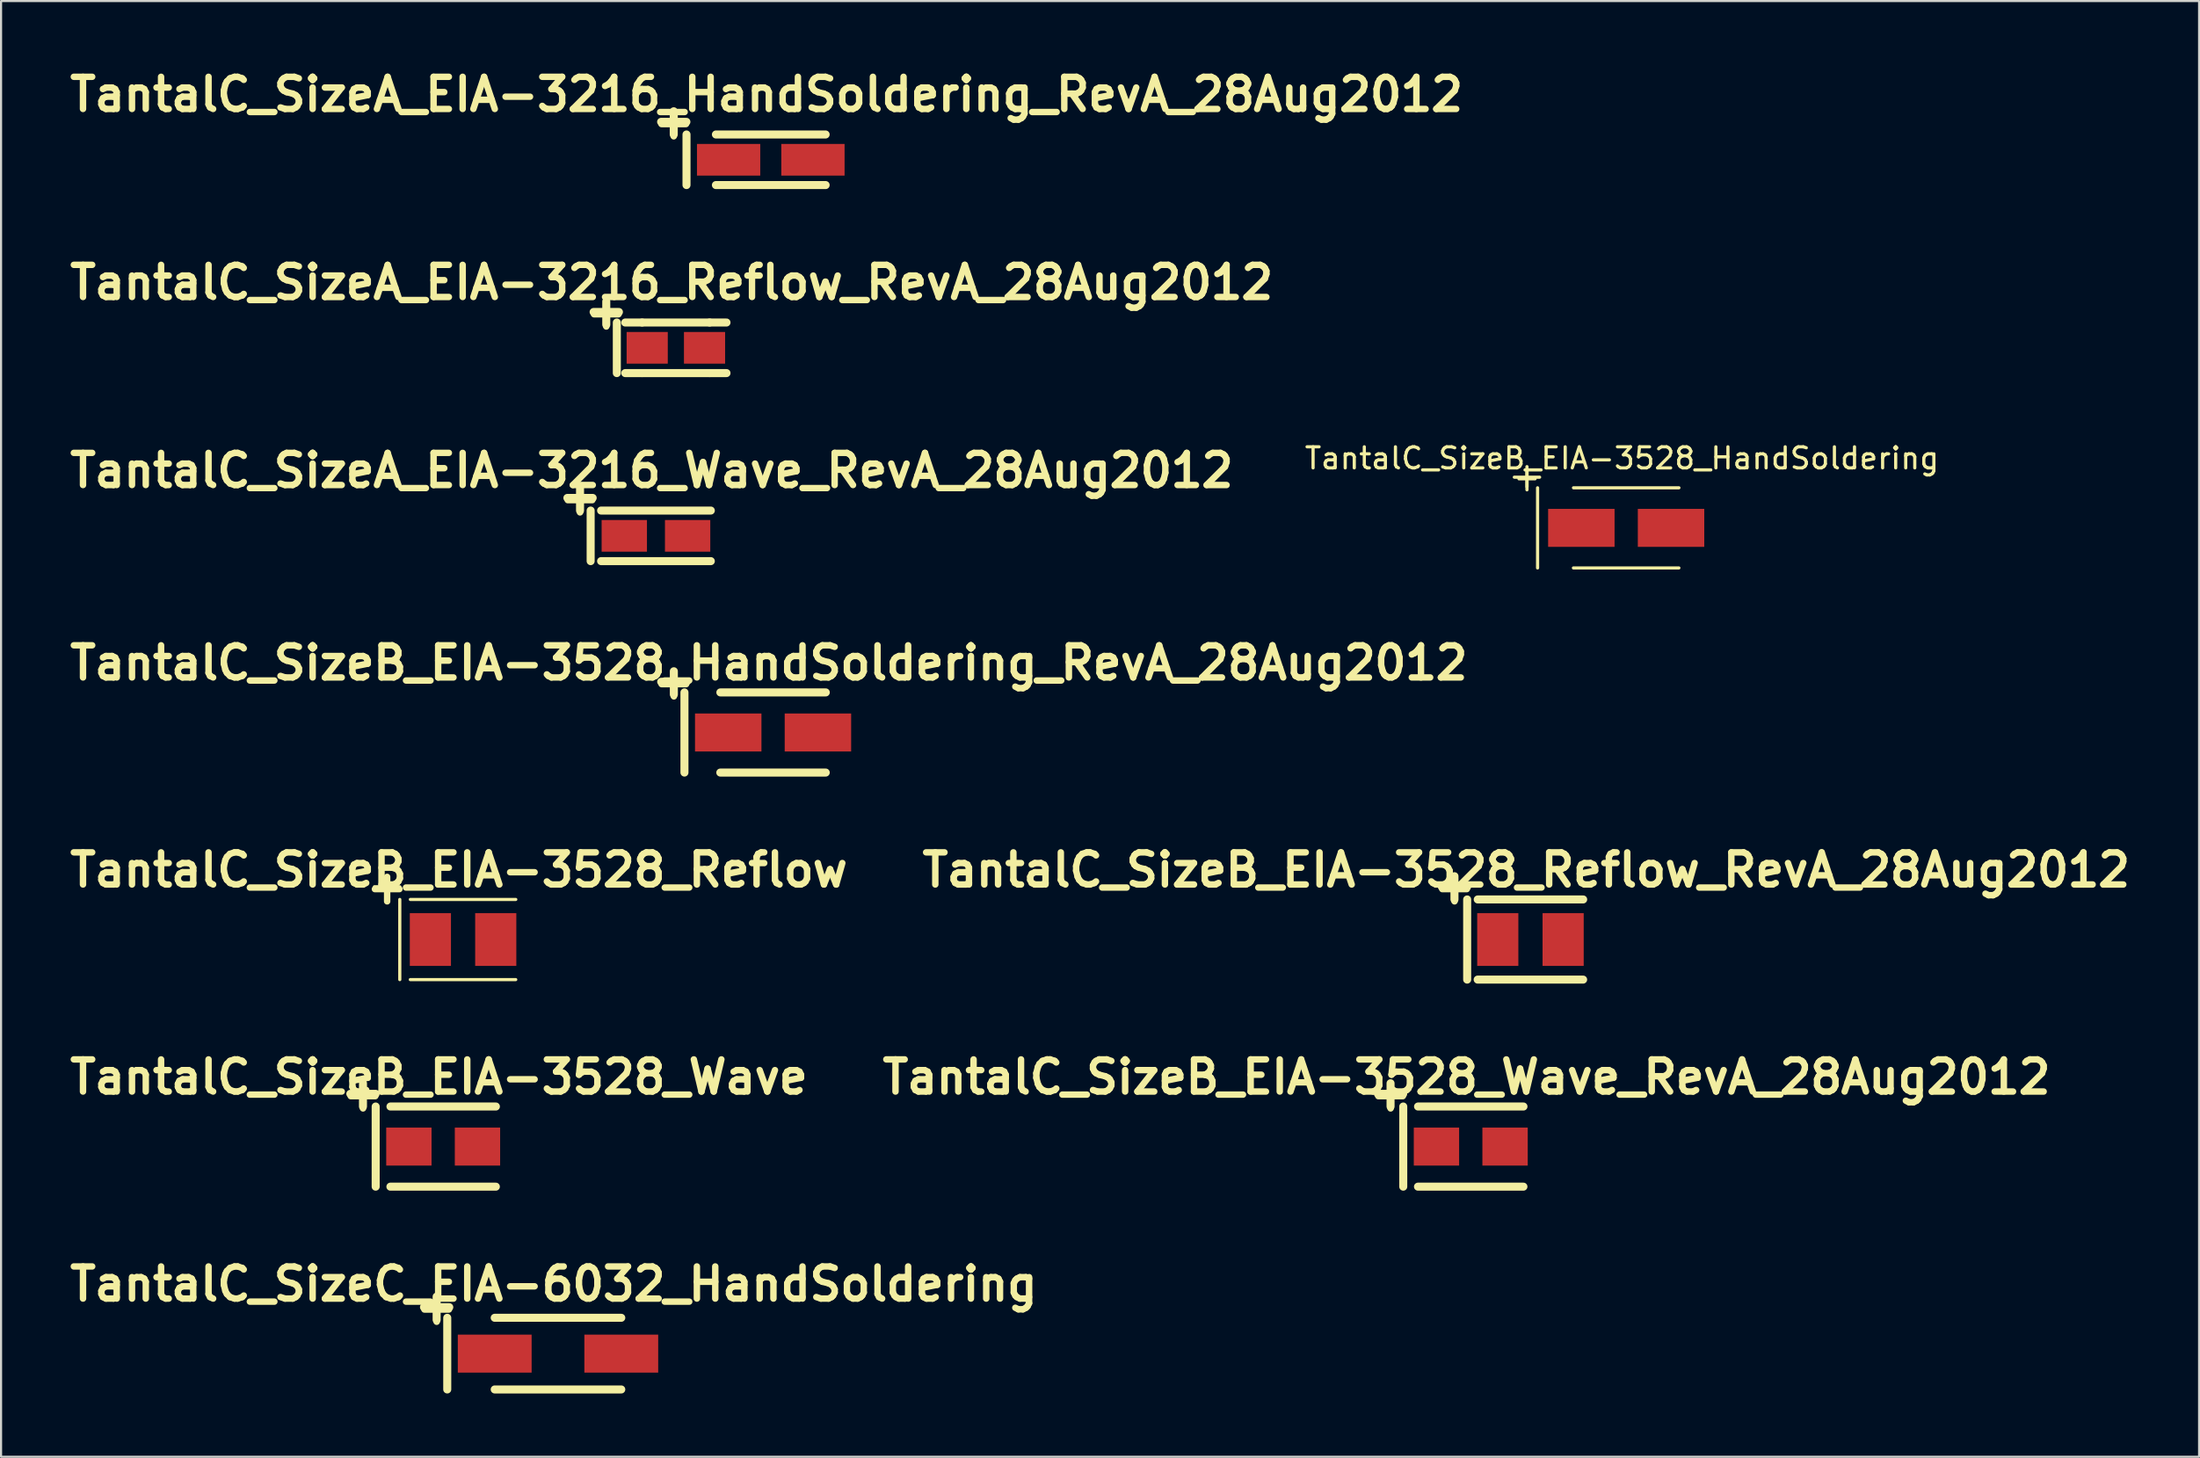
<source format=kicad_pcb>
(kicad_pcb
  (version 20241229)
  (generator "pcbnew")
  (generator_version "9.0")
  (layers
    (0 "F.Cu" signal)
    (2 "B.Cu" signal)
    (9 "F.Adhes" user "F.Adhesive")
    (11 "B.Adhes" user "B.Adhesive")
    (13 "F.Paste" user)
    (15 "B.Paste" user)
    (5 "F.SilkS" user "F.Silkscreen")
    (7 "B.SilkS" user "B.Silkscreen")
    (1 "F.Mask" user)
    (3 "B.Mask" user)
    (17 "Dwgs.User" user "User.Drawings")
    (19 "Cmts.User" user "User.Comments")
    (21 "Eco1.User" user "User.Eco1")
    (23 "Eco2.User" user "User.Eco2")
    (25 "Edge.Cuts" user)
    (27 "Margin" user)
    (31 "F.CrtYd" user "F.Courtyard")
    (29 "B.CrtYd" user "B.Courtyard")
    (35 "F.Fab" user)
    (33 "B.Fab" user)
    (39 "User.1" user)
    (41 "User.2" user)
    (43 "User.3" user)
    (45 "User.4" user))
  (footprint "TantalC_SizeB_EIA-3528_Wave_RevA_28Aug2012"
    (layer "F.Cu")
    (at 66.672 51.311)
    (property "Reference" "TantalC_SizeB_EIA-3528_Wave_RevA_28Aug2012" (at -0.201 -3.299 0) (layer "F.SilkS") (effects (font (size 1.524 1.524) (thickness 0.305))))
    (attr smd)
    (fp_line (start -4.402 -2.502) (end -3.203 -2.502) (stroke (width 0.381) (type solid)) (layer "F.SilkS"))
    (fp_line (start -3.802 -3.002) (end -3.802 -1.902) (stroke (width 0.381) (type solid)) (layer "F.SilkS"))
    (fp_line (start -3.2 -1.9) (end -3.2 1.9) (stroke (width 0.381) (type solid)) (layer "F.SilkS"))
    (fp_line (start 2.497 1.9) (end -2.502 1.9) (stroke (width 0.381) (type solid)) (layer "F.SilkS"))
    (fp_line (start 2.499 -1.9) (end -2.499 -1.9) (stroke (width 0.381) (type solid)) (layer "F.SilkS"))
    (fp_text user "+" (at -3.8 -2.499 0) (layer "F.SilkS") (effects (font (size 1.524 1.524) (thickness 0.305))))
    (pad "1" smd rect (at -1.626 0) (size 2.149 1.801) (layers "F.Cu" "F.Mask" "F.Paste"))
    (pad "2" smd rect (at 1.626 0) (size 2.149 1.801) (layers "F.Cu" "F.Mask" "F.Paste")))
  (footprint "TantalC_SizeB_EIA-3528_HandSoldering_RevA_28Aug2012"
    (layer "F.Cu")
    (at 33.598 31.678)
    (property "Reference" "TantalC_SizeB_EIA-3528_HandSoldering_RevA_28Aug2012" (at -0.201 -3.299 0) (layer "F.SilkS") (effects (font (size 1.524 1.524) (thickness 0.305))))
    (attr smd)
    (fp_line (start -5.304 -2.403) (end -4.105 -2.403) (stroke (width 0.381) (type solid)) (layer "F.SilkS"))
    (fp_line (start -4.704 -2.903) (end -4.704 -1.803) (stroke (width 0.381) (type solid)) (layer "F.SilkS"))
    (fp_line (start -4.201 -1.9) (end -4.201 1.9) (stroke (width 0.381) (type solid)) (layer "F.SilkS"))
    (fp_line (start 2.497 1.9) (end -2.502 1.9) (stroke (width 0.381) (type solid)) (layer "F.SilkS"))
    (fp_line (start 2.499 -1.9) (end -2.499 -1.9) (stroke (width 0.381) (type solid)) (layer "F.SilkS"))
    (fp_text user "+" (at -4.702 -2.4 0) (layer "F.SilkS") (effects (font (size 1.524 1.524) (thickness 0.305))))
    (pad "1" smd rect (at -2.126 0) (size 3.15 1.801) (layers "F.Cu" "F.Mask" "F.Paste"))
    (pad "2" smd rect (at 2.126 0) (size 3.15 1.801) (layers "F.Cu" "F.Mask" "F.Paste")))
  (footprint "TantalC_SizeB_EIA-3528_Reflow"
    (layer "F.Cu")
    (at 18.902 41.494)
    (property "Reference" "TantalC_SizeB_EIA-3528_Reflow" (at -0.201 -3.299 0) (layer "F.SilkS") (effects (font (size 1.524 1.524) (thickness 0.305))))
    (attr smd)
    (fp_line (start -4.201 -2.502) (end -3.002 -2.502) (stroke (width 0.15) (type solid)) (layer "F.SilkS"))
    (fp_line (start -3.602 -3.002) (end -3.602 -1.902) (stroke (width 0.15) (type solid)) (layer "F.SilkS"))
    (fp_line (start -3 -1.9) (end -3 1.9) (stroke (width 0.15) (type solid)) (layer "F.SilkS"))
    (fp_line (start 2.497 1.9) (end -2.502 1.9) (stroke (width 0.15) (type solid)) (layer "F.SilkS"))
    (fp_line (start 2.499 -1.9) (end -2.499 -1.9) (stroke (width 0.15) (type solid)) (layer "F.SilkS"))
    (fp_text user "+" (at -3.599 -2.499 0) (layer "F.SilkS") (effects (font (size 1.524 1.524) (thickness 0.305))))
    (pad "1" smd rect (at -1.549 0) (size 1.951 2.499) (layers "F.Cu" "F.Mask" "F.Paste"))
    (pad "2" smd rect (at 1.549 0) (size 1.951 2.499) (layers "F.Cu" "F.Mask" "F.Paste")))
  (footprint "TantalC_SizeC_EIA-6032_HandSoldering"
    (layer "F.Cu")
    (at 23.402 61.127)
    (property "Reference" "TantalC_SizeC_EIA-6032_HandSoldering" (at -0.201 -3.299 0) (layer "F.SilkS") (effects (font (size 1.524 1.524) (thickness 0.305))))
    (attr smd)
    (fp_line (start -6.353 -2.202) (end -5.154 -2.202) (stroke (width 0.381) (type solid)) (layer "F.SilkS"))
    (fp_line (start -5.753 -2.703) (end -5.753 -1.603) (stroke (width 0.381) (type solid)) (layer "F.SilkS"))
    (fp_line (start -5.25 -1.699) (end -5.25 1.699) (stroke (width 0.381) (type solid)) (layer "F.SilkS"))
    (fp_line (start 3 -1.699) (end -3 -1.699) (stroke (width 0.381) (type solid)) (layer "F.SilkS"))
    (fp_line (start 3 1.699) (end -3 1.699) (stroke (width 0.381) (type solid)) (layer "F.SilkS"))
    (fp_text user "+" (at -5.751 -2.2 0) (layer "F.SilkS") (effects (font (size 1.524 1.524) (thickness 0.305))))
    (pad "1" smd rect (at -3 0) (size 3.5 1.801) (layers "F.Cu" "F.Mask" "F.Paste"))
    (pad "2" smd rect (at 3 0) (size 3.5 1.801) (layers "F.Cu" "F.Mask" "F.Paste")))
  (footprint "TantalC_SizeB_EIA-3528_Reflow_RevA_28Aug2012"
    (layer "F.Cu")
    (at 69.502 41.494)
    (property "Reference" "TantalC_SizeB_EIA-3528_Reflow_RevA_28Aug2012" (at -0.201 -3.299 0) (layer "F.SilkS") (effects (font (size 1.524 1.524) (thickness 0.305))))
    (attr smd)
    (fp_line (start -4.201 -2.502) (end -3.002 -2.502) (stroke (width 0.381) (type solid)) (layer "F.SilkS"))
    (fp_line (start -3.602 -3.002) (end -3.602 -1.902) (stroke (width 0.381) (type solid)) (layer "F.SilkS"))
    (fp_line (start -3 -1.9) (end -3 1.9) (stroke (width 0.381) (type solid)) (layer "F.SilkS"))
    (fp_line (start 2.497 1.9) (end -2.502 1.9) (stroke (width 0.381) (type solid)) (layer "F.SilkS"))
    (fp_line (start 2.499 -1.9) (end -2.499 -1.9) (stroke (width 0.381) (type solid)) (layer "F.SilkS"))
    (fp_text user "+" (at -3.599 -2.499 0) (layer "F.SilkS") (effects (font (size 1.524 1.524) (thickness 0.305))))
    (pad "1" smd rect (at -1.549 0) (size 1.951 2.499) (layers "F.Cu" "F.Mask" "F.Paste"))
    (pad "2" smd rect (at 1.549 0) (size 1.951 2.499) (layers "F.Cu" "F.Mask" "F.Paste")))
  (footprint "TantalC_SizeA_EIA-3216_Wave_RevA_28Aug2012"
    (layer "F.Cu")
    (at 28.046 22.355)
    (property "Reference" "TantalC_SizeA_EIA-3216_Wave_RevA_28Aug2012" (at -0.201 -3.099 0) (layer "F.SilkS") (effects (font (size 1.524 1.524) (thickness 0.305))))
    (attr smd)
    (fp_line (start -4.199 -1.798) (end -3 -1.798) (stroke (width 0.381) (type solid)) (layer "F.SilkS"))
    (fp_line (start -3.599 -2.299) (end -3.599 -1.199) (stroke (width 0.381) (type solid)) (layer "F.SilkS"))
    (fp_line (start -3.096 -1.199) (end -3.096 1.199) (stroke (width 0.381) (type solid)) (layer "F.SilkS"))
    (fp_line (start -2.601 1.199) (end 2.601 1.199) (stroke (width 0.381) (type solid)) (layer "F.SilkS"))
    (fp_line (start 2.601 -1.199) (end -2.601 -1.199) (stroke (width 0.381) (type solid)) (layer "F.SilkS"))
    (fp_text user "+" (at -3.599 -1.801 0) (layer "F.SilkS") (effects (font (size 1.524 1.524) (thickness 0.305))))
    (pad "1" smd rect (at -1.501 0) (size 2.149 1.501) (layers "F.Cu" "F.Mask" "F.Paste"))
    (pad "2" smd rect (at 1.501 0) (size 2.149 1.501) (layers "F.Cu" "F.Mask" "F.Paste")))
  (footprint "TantalC_SizeB_EIA-3528_Wave"
    (layer "F.Cu")
    (at 17.959 51.311)
    (property "Reference" "TantalC_SizeB_EIA-3528_Wave" (at -0.201 -3.299 0) (layer "F.SilkS") (effects (font (size 1.524 1.524) (thickness 0.305))))
    (attr smd)
    (fp_line (start -4.402 -2.502) (end -3.203 -2.502) (stroke (width 0.381) (type solid)) (layer "F.SilkS"))
    (fp_line (start -3.802 -3.002) (end -3.802 -1.902) (stroke (width 0.381) (type solid)) (layer "F.SilkS"))
    (fp_line (start -3.2 -1.9) (end -3.2 1.9) (stroke (width 0.381) (type solid)) (layer "F.SilkS"))
    (fp_line (start 2.497 1.9) (end -2.502 1.9) (stroke (width 0.381) (type solid)) (layer "F.SilkS"))
    (fp_line (start 2.499 -1.9) (end -2.499 -1.9) (stroke (width 0.381) (type solid)) (layer "F.SilkS"))
    (fp_text user "+" (at -3.8 -2.499 0) (layer "F.SilkS") (effects (font (size 1.524 1.524) (thickness 0.305))))
    (pad "1" smd rect (at -1.626 0) (size 2.149 1.801) (layers "F.Cu" "F.Mask" "F.Paste"))
    (pad "2" smd rect (at 1.626 0) (size 2.149 1.801) (layers "F.Cu" "F.Mask" "F.Paste")))
  (footprint "TantalC_SizeB_EIA-3528_HandSoldering"
    (layer "F.Cu")
    (at 74.041 21.977)
    (property "Reference" "TantalC_SizeB_EIA-3528_HandSoldering" (at -0.201 -3.299 0) (layer "F.SilkS") (effects (font (size 1 1) (thickness 0.15))))
    (attr smd)
    (fp_line (start -5.304 -2.403) (end -4.105 -2.403) (stroke (width 0.15) (type solid)) (layer "F.SilkS"))
    (fp_line (start -4.704 -2.903) (end -4.704 -1.803) (stroke (width 0.15) (type solid)) (layer "F.SilkS"))
    (fp_line (start -4.201 -1.9) (end -4.201 1.9) (stroke (width 0.15) (type solid)) (layer "F.SilkS"))
    (fp_line (start 2.497 1.9) (end -2.502 1.9) (stroke (width 0.15) (type solid)) (layer "F.SilkS"))
    (fp_line (start 2.499 -1.9) (end -2.499 -1.9) (stroke (width 0.15) (type solid)) (layer "F.SilkS"))
    (fp_text user "+" (at -4.702 -2.4 0) (layer "F.SilkS") (effects (font (size 1 1) (thickness 0.15))))
    (pad "1" smd rect (at -2.126 0) (size 3.15 1.801) (layers "F.Cu" "F.Mask" "F.Paste"))
    (pad "2" smd rect (at 2.126 0) (size 3.15 1.801) (layers "F.Cu" "F.Mask" "F.Paste")))
  (footprint "TantalC_SizeA_EIA-3216_HandSoldering_RevA_28Aug2012"
    (layer "F.Cu")
    (at 33.489 4.525)
    (property "Reference" "TantalC_SizeA_EIA-3216_HandSoldering_RevA_28Aug2012" (at -0.201 -3.099 0) (layer "F.SilkS") (effects (font (size 1.524 1.524) (thickness 0.305))))
    (attr smd)
    (fp_line (start -5.199 -1.798) (end -4 -1.798) (stroke (width 0.381) (type solid)) (layer "F.SilkS"))
    (fp_line (start -4.6 -2.299) (end -4.6 -1.199) (stroke (width 0.381) (type solid)) (layer "F.SilkS"))
    (fp_line (start -3.995 -1.199) (end -3.995 1.199) (stroke (width 0.381) (type solid)) (layer "F.SilkS"))
    (fp_line (start -2.601 1.199) (end 2.601 1.199) (stroke (width 0.381) (type solid)) (layer "F.SilkS"))
    (fp_line (start 2.601 -1.199) (end -2.601 -1.199) (stroke (width 0.381) (type solid)) (layer "F.SilkS"))
    (fp_text user "+" (at -4.6 -1.801 0) (layer "F.SilkS") (effects (font (size 1.524 1.524) (thickness 0.305))))
    (pad "1" smd rect (at -1.999 0) (size 3 1.501) (layers "F.Cu" "F.Mask" "F.Paste"))
    (pad "2" smd rect (at 1.999 0) (size 3 1.501) (layers "F.Cu" "F.Mask" "F.Paste")))
  (footprint "TantalC_SizeA_EIA-3216_Reflow_RevA_28Aug2012"
    (layer "F.Cu")
    (at 28.99 13.44)
    (property "Reference" "TantalC_SizeA_EIA-3216_Reflow_RevA_28Aug2012" (at -0.201 -3.099 0) (layer "F.SilkS") (effects (font (size 1.524 1.524) (thickness 0.305))))
    (attr smd)
    (fp_line (start -3.899 -1.699) (end -2.7 -1.699) (stroke (width 0.381) (type solid)) (layer "F.SilkS"))
    (fp_line (start -3.299 -2.2) (end -3.299 -1.1) (stroke (width 0.381) (type solid)) (layer "F.SilkS"))
    (fp_line (start -2.799 -1.199) (end -2.799 1.199) (stroke (width 0.381) (type solid)) (layer "F.SilkS"))
    (fp_line (start -1.6 -1.199) (end -2.4 -1.199) (stroke (width 0.381) (type solid)) (layer "F.SilkS"))
    (fp_line (start -1.6 1.199) (end -2.4 1.199) (stroke (width 0.381) (type solid)) (layer "F.SilkS"))
    (fp_line (start 1.6 -1.199) (end -1.6 -1.199) (stroke (width 0.381) (type solid)) (layer "F.SilkS"))
    (fp_line (start 1.6 -1.199) (end 2.4 -1.199) (stroke (width 0.381) (type solid)) (layer "F.SilkS"))
    (fp_line (start 1.6 1.199) (end -1.6 1.199) (stroke (width 0.381) (type solid)) (layer "F.SilkS"))
    (fp_line (start 1.6 1.199) (end 2.4 1.199) (stroke (width 0.381) (type solid)) (layer "F.SilkS"))
    (fp_text user "+" (at -3.299 -1.699 0) (layer "F.SilkS") (effects (font (size 1.524 1.524) (thickness 0.305))))
    (pad "1" smd rect (at -1.359 0) (size 1.951 1.501) (layers "F.Cu" "F.Mask" "F.Paste"))
    (pad "2" smd rect (at 1.359 0) (size 1.951 1.501) (layers "F.Cu" "F.Mask" "F.Paste")))
  (gr_rect
    (start -3 -3)
    (end 101.199 66.017)
    (stroke (width 0.1) (type default))
    (fill no)
    (layer "Edge.Cuts")))
</source>
